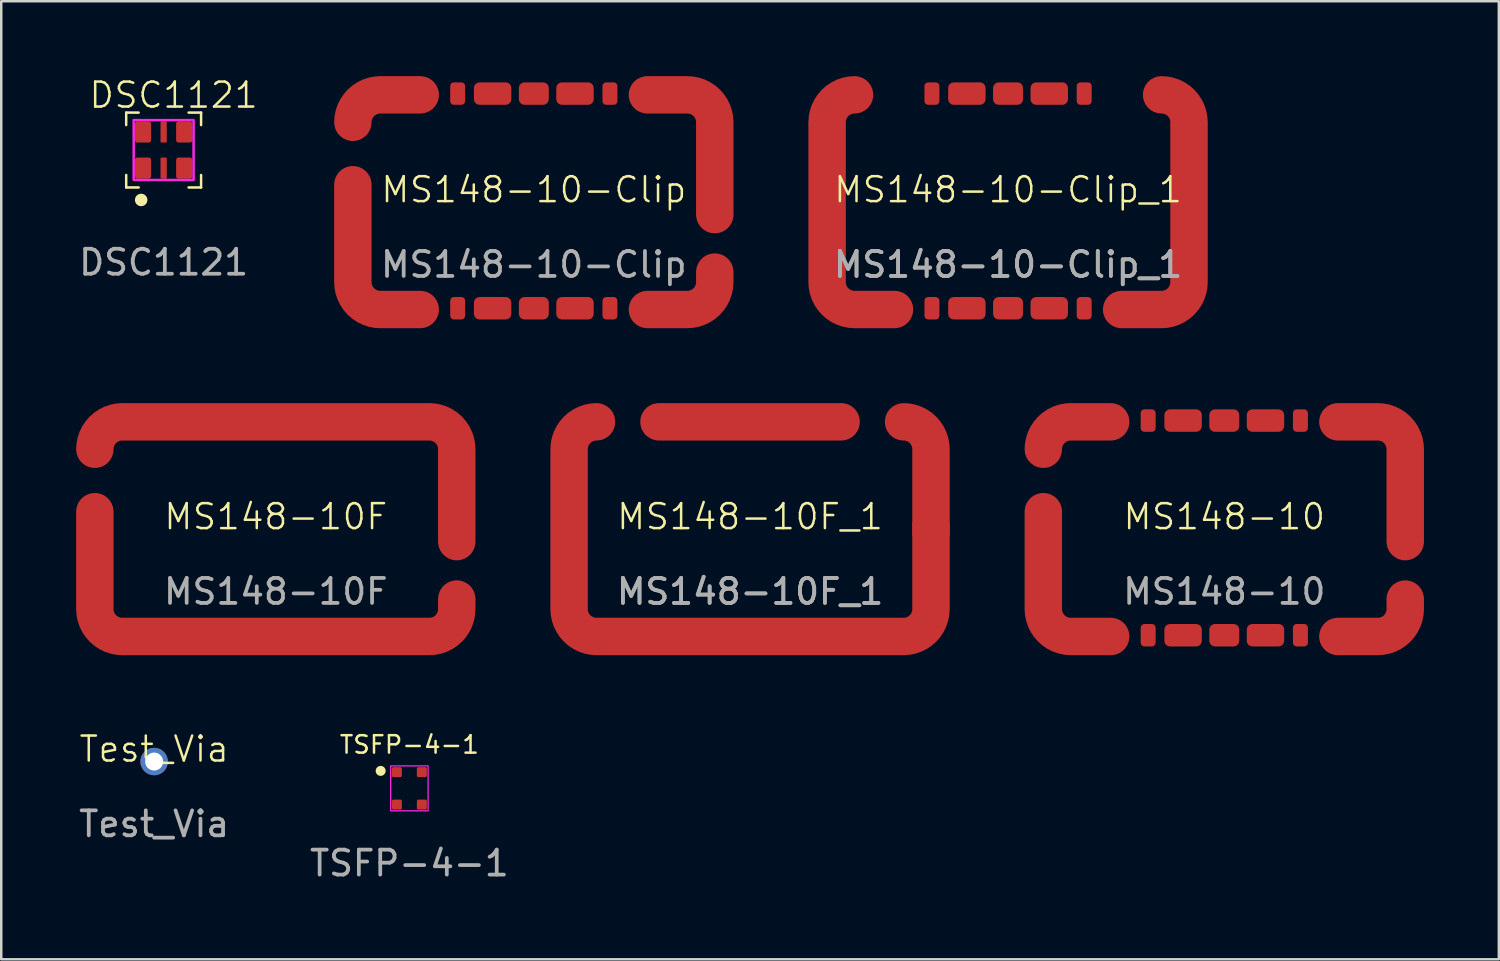
<source format=kicad_pcb>
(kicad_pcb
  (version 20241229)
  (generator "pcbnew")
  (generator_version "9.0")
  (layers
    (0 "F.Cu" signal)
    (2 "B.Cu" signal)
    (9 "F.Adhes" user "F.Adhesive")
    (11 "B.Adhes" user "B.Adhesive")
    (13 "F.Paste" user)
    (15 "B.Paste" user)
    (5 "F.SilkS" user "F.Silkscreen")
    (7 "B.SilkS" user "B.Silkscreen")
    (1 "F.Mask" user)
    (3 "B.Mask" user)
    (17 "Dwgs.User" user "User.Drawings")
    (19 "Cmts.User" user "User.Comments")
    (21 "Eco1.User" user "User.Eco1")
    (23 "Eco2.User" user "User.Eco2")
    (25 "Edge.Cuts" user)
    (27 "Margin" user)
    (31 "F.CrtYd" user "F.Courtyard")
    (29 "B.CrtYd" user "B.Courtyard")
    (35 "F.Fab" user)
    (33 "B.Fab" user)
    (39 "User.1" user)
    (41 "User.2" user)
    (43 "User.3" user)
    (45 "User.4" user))
  (footprint "MS148-10"
    (layer "F.Cu")
    (at 46 18.15)
    (property "Reference" "MS148-10" (at 0 -0.5 0) (unlocked yes) (layer "F.SilkS") (effects (font (size 1 1) (thickness 0.1))))
    (attr smd)
    (fp_text user "${REFERENCE}" (at 0 2.5 0) (unlocked yes) (layer "F.Fab") (effects (font (size 1 1) (thickness 0.15))))
    (pad "1" smd custom (at -7.25 -0.7) (size 0.6 0.6) (layers "F.Cu" "F.Mask") (options (anchor circle)) (primitives (gr_line (start 0 0) (end 0 3.9) (width 1.5)) (gr_arc (start 1.1 5) (mid 0.322183 4.677817) (end 0 3.9) (width 1.5)) (gr_line (start 1.1 5) (end 2.7 5) (width 1.5))))
    (pad "1" smd custom (at -7.1 -3.7) (size 0.6 0.6) (layers "F.Cu" "F.Mask") (options (anchor circle)) (primitives (gr_poly (pts (xy -0.3 -0.3) (xy -0.289 -0.357) (xy -0.256 -0.406) (xy -0.207 -0.439) (xy -0.15 -0.45) (xy 0.15 -0.45) (xy 0.207 -0.439) (xy 0.256 -0.406) (xy 0.289 -0.357) (xy 0.3 -0.3) (xy 0.3 0.3) (xy 0.289 0.357) (xy 0.256 0.406) (xy 0.207 0.439) (xy 0.15 0.45) (xy -0.15 0.45) (xy -0.207 0.439) (xy -0.256 0.406) (xy -0.289 0.357) (xy -0.3 0.3)) (width 0) (fill yes)) (gr_arc (start -0.15 0.5) (mid 0.172183 -0.277817) (end 0.95 -0.6) (width 1.5)) (gr_line (start 2.55 -0.6) (end 0.95 -0.6) (width 1.5))))
    (pad "1" smd roundrect (at -3.05 -4.35) (size 0.6 0.9) (layers "F.Cu" "F.Mask" "F.Paste") (roundrect_rratio 0.25))
    (pad "1" smd roundrect (at -3.05 4.25) (size 0.6 0.9) (layers "F.Cu" "F.Mask" "F.Paste") (roundrect_rratio 0.25))
    (pad "1" smd roundrect (at -1.65 -4.35) (size 1.5 0.9) (layers "F.Cu" "F.Mask" "F.Paste") (roundrect_rratio 0.25))
    (pad "1" smd roundrect (at -1.65 4.25) (size 1.5 0.9) (layers "F.Cu" "F.Mask" "F.Paste") (roundrect_rratio 0.25))
    (pad "1" smd roundrect (at 0 -4.35) (size 1.2 0.9) (layers "F.Cu" "F.Mask" "F.Paste") (roundrect_rratio 0.25))
    (pad "1" smd roundrect (at 0 4.25) (size 1.2 0.9) (layers "F.Cu" "F.Mask" "F.Paste") (roundrect_rratio 0.25))
    (pad "1" smd roundrect (at 1.65 -4.35) (size 1.5 0.9) (layers "F.Cu" "F.Mask" "F.Paste") (roundrect_rratio 0.25))
    (pad "1" smd roundrect (at 1.65 4.25) (size 1.5 0.9) (layers "F.Cu" "F.Mask" "F.Paste") (roundrect_rratio 0.25))
    (pad "1" smd roundrect (at 3.05 -4.35) (size 0.6 0.9) (layers "F.Cu" "F.Mask" "F.Paste") (roundrect_rratio 0.25))
    (pad "1" smd roundrect (at 3.05 4.25) (size 0.6 0.9) (layers "F.Cu" "F.Mask" "F.Paste") (roundrect_rratio 0.25))
    (pad "1" smd custom (at 5.35 4.3 90) (size 0.5 1.7) (layers "F.Cu" "F.Mask") (options (anchor rect)) (primitives (gr_line (start 0 -0.8) (end 0 0.8) (width 1.5)) (gr_arc (start 1.1 1.9) (mid 0.322183 1.577817) (end 0 0.8) (width 1.5)) (gr_line (start 1.1 1.9) (end 1.5 1.9) (width 1.5))))
    (pad "1" smd custom (at 7.25 0) (size 1.5 0.55) (layers "F.Cu" "F.Mask") (options (anchor rect)) (primitives (gr_line (start 0 0.5) (end 0 -3.2) (width 1.5)) (gr_arc (start -1.1 -4.3) (mid -0.322183 -3.977817) (end 0 -3.2) (width 1.5)) (gr_line (start -1.1 -4.3) (end -2.7 -4.3) (width 1.5)))))
  (footprint "DSC1121"
    (layer "F.Cu")
    (at 3.506 2.961)
    (property "Reference" "DSC1121" (at 0.4 -2.2 0) (unlocked yes) (layer "F.SilkS") (effects (font (size 1 1) (thickness 0.1))))
    (attr smd)
    (fp_line (start -1.5 -1.5) (end -1.5 -1) (stroke (width 0.1) (type default)) (layer "F.SilkS"))
    (fp_line (start -1.5 1.5) (end -1.5 1) (stroke (width 0.1) (type default)) (layer "F.SilkS"))
    (fp_line (start -1 -1.5) (end -1.5 -1.5) (stroke (width 0.1) (type default)) (layer "F.SilkS"))
    (fp_line (start -1 1.5) (end -1.5 1.5) (stroke (width 0.1) (type default)) (layer "F.SilkS"))
    (fp_line (start 1 -1.5) (end 1.5 -1.5) (stroke (width 0.1) (type default)) (layer "F.SilkS"))
    (fp_line (start 1 1.5) (end 1.5 1.5) (stroke (width 0.1) (type default)) (layer "F.SilkS"))
    (fp_line (start 1.5 -1.5) (end 1.5 -1) (stroke (width 0.1) (type default)) (layer "F.SilkS"))
    (fp_line (start 1.5 1.5) (end 1.5 1) (stroke (width 0.1) (type default)) (layer "F.SilkS"))
    (fp_circle (center -0.9 2) (end -0.65 2) (stroke (width 0) (type solid)) (fill yes) (layer "F.SilkS"))
    (fp_rect (start -1.2 -1.2) (end 1.2 1.2) (stroke (width 0.1) (type default)) (fill no) (layer "F.CrtYd"))
    (fp_text user "${REFERENCE}" (at 0 4.5 0) (unlocked yes) (layer "F.Fab") (effects (font (size 1 1) (thickness 0.15))))
    (pad "1" smd roundrect (at -0.825 0.725) (size 0.65 0.85) (layers "F.Cu" "F.Mask" "F.Paste") (roundrect_rratio 0.15))
    (pad "2" smd roundrect (at 0 0.725) (size 0.25 0.85) (layers "F.Cu" "F.Mask" "F.Paste") (roundrect_rratio 0.15))
    (pad "3" smd roundrect (at 0.825 0.725) (size 0.65 0.85) (layers "F.Cu" "F.Mask" "F.Paste") (roundrect_rratio 0.15))
    (pad "4" smd roundrect (at 0.825 -0.725) (size 0.65 0.85) (layers "F.Cu" "F.Mask" "F.Paste") (roundrect_rratio 0.15))
    (pad "5" smd roundrect (at 0 -0.725) (size 0.25 0.85) (layers "F.Cu" "F.Mask" "F.Paste") (roundrect_rratio 0.15))
    (pad "6" smd roundrect (at -0.825 -0.725) (size 0.65 0.85) (layers "F.Cu" "F.Mask" "F.Paste") (roundrect_rratio 0.15)))
  (footprint "MS148-10F_1"
    (layer "F.Cu")
    (at 27 18.15)
    (property "Reference" "MS148-10F_1" (at 0 -0.5 0) (unlocked yes) (layer "F.SilkS") (effects (font (size 1 1) (thickness 0.1))))
    (attr smd)
    (fp_text user "${REFERENCE}" (at 0 2.5 0) (unlocked yes) (layer "F.Fab") (effects (font (size 1 1) (thickness 0.15))))
    (fp_text user "${REFERENCE}" (at 0 2.5 0) (unlocked yes) (layer "F.Fab") (effects (font (size 1 1) (thickness 0.15))))
    (pad "1" smd custom (at -7.25 -0.7) (size 0.6 0.6) (layers "F.Cu" "F.Mask" "F.Paste") (options (anchor circle)) (primitives (gr_line (start 0 -2.5) (end 0 3.9) (width 1.5)) (gr_arc (start 0 -2.5) (mid 0.322183 -3.277817) (end 1.1 -3.6) (width 1.5)) (gr_arc (start 1.1 5) (mid 0.322183 4.677817) (end 0 3.9) (width 1.5)) (gr_line (start 1.1 5) (end 13.4 5) (width 1.5)) (gr_arc (start 14.5 3.9) (mid 14.177817 4.677817) (end 13.4 5) (width 1.5)) (gr_line (start 14.5 -2.5) (end 14.5 3.9) (width 1.5)) (gr_arc (start 13.4 -3.6) (mid 14.177817 -3.277817) (end 14.5 -2.5) (width 1.5))))
    (pad "1" smd custom (at -0.05 -4.3) (size 1 1) (layers "F.Cu" "F.Mask" "F.Paste") (options (anchor circle)) (primitives (gr_poly (pts (xy -1 -0.25) (xy -0.981 -0.346) (xy -0.927 -0.427) (xy -0.846 -0.481) (xy -0.75 -0.5) (xy 0.75 -0.5) (xy 0.846 -0.481) (xy 0.927 -0.427) (xy 0.981 -0.346) (xy 1 -0.25) (xy 1 0.25) (xy 0.981 0.346) (xy 0.927 0.427) (xy 0.846 0.481) (xy 0.75 0.5) (xy -0.75 0.5) (xy -0.846 0.481) (xy -0.927 0.427) (xy -0.981 0.346) (xy -1 0.25)) (width 0) (fill yes)) (gr_line (start 3.7 0) (end -3.6 0) (width 1.5))))
    (pad "1" smd circle (at 7.25 -0.7) (size 0.6 0.6) (layers "F.Cu" "F.Mask"))
    (pad "1" smd rect (at 7.25 0) (size 1.5 0.55) (layers "F.Cu" "F.Mask")))
  (footprint "TSFP-4-1"
    (layer "F.Cu")
    (at 13.351 28.535)
    (property "Reference" "TSFP-4-1" (at 0 -1.75 0) (unlocked yes) (layer "F.SilkS") (effects (font (size 0.7 0.7) (thickness 0.1))))
    (attr smd)
    (fp_circle (center -1.15 -0.7) (end -0.95 -0.7) (stroke (width 0) (type solid)) (fill yes) (layer "F.SilkS"))
    (fp_rect (start -0.75 -0.9) (end 0.75 0.9) (stroke (width 0.05) (type default)) (fill no) (layer "F.CrtYd"))
    (fp_text user "${REFERENCE}" (at 0 3 0) (unlocked yes) (layer "F.Fab") (effects (font (size 1 1) (thickness 0.15))))
    (pad "1" smd roundrect (at -0.5 -0.65) (size 0.4 0.4) (layers "F.Cu" "F.Mask" "F.Paste") (roundrect_rratio 0.15))
    (pad "2" smd roundrect (at -0.5 0.65) (size 0.4 0.4) (layers "F.Cu" "F.Mask" "F.Paste") (roundrect_rratio 0.15))
    (pad "3" smd roundrect (at 0.5 0.65) (size 0.4 0.4) (layers "F.Cu" "F.Mask" "F.Paste") (roundrect_rratio 0.15))
    (pad "4" smd roundrect (at 0.5 -0.65) (size 0.4 0.4) (layers "F.Cu" "F.Mask" "F.Paste") (roundrect_rratio 0.15)))
  (footprint "Test_Via"
    (layer "F.Cu")
    (at 3.125 27.461)
    (property "Reference" "Test_Via" (at 0 -0.5 0) (unlocked yes) (layer "F.SilkS") (effects (font (size 1 1) (thickness 0.1))))
    (attr through_hole)
    (fp_text user "${REFERENCE}" (at 0 2.5 0) (unlocked yes) (layer "F.Fab") (effects (font (size 1 1) (thickness 0.15))))
    (pad "1" thru_hole circle (at 0 0) (size 1.1 1.1) (drill 0.72) (layers "*.Cu" "*.Mask")))
  (footprint "MS148-10F"
    (layer "F.Cu")
    (at 8 18.15)
    (property "Reference" "MS148-10F" (at 0 -0.5 0) (unlocked yes) (layer "F.SilkS") (effects (font (size 1 1) (thickness 0.1))))
    (attr smd)
    (fp_line (start -7.25 -3.25) (end -7.25 -3.25) (stroke (width 0.9) (type default)) (layer "F.Paste"))
    (fp_line (start -7.25 0.5) (end -7.25 -0.5) (stroke (width 0.9) (type default)) (layer "F.Paste"))
    (fp_line (start -7.25 3) (end -7.25 2) (stroke (width 0.9) (type default)) (layer "F.Paste"))
    (fp_line (start -5.25 -4.25) (end -6.25 -4.25) (stroke (width 0.9) (type default)) (layer "F.Paste"))
    (fp_line (start -5.25 4.25) (end -6.25 4.25) (stroke (width 0.9) (type default)) (layer "F.Paste"))
    (fp_line (start -3 -4.25) (end -4 -4.25) (stroke (width 0.9) (type default)) (layer "F.Paste"))
    (fp_line (start -3 4.25) (end -4 4.25) (stroke (width 0.9) (type default)) (layer "F.Paste"))
    (fp_line (start -0.75 -4.25) (end -1.75 -4.25) (stroke (width 0.9) (type default)) (layer "F.Paste"))
    (fp_line (start -0.75 4.25) (end -1.75 4.25) (stroke (width 0.9) (type default)) (layer "F.Paste"))
    (fp_line (start 1.5 -4.25) (end 0.5 -4.25) (stroke (width 0.9) (type default)) (layer "F.Paste"))
    (fp_line (start 1.5 4.25) (end 0.5 4.25) (stroke (width 0.9) (type default)) (layer "F.Paste"))
    (fp_line (start 3.75 -4.25) (end 2.75 -4.25) (stroke (width 0.9) (type default)) (layer "F.Paste"))
    (fp_line (start 3.75 4.25) (end 2.75 4.25) (stroke (width 0.9) (type default)) (layer "F.Paste"))
    (fp_line (start 6 -4.25) (end 5 -4.25) (stroke (width 0.9) (type default)) (layer "F.Paste"))
    (fp_line (start 6 4.25) (end 5 4.25) (stroke (width 0.9) (type default)) (layer "F.Paste"))
    (fp_line (start 7.25 -2) (end 7.25 -3) (stroke (width 0.9) (type default)) (layer "F.Paste"))
    (fp_line (start 7.25 0.5) (end 7.25 -0.5) (stroke (width 0.9) (type default)) (layer "F.Paste"))
    (fp_line (start 7.25 3) (end 7.25 3) (stroke (width 0.9) (type default)) (layer "F.Paste"))
    (fp_text user "${REFERENCE}" (at 0 2.5 0) (unlocked yes) (layer "F.Fab") (effects (font (size 1 1) (thickness 0.15))))
    (pad "1" smd custom (at -7.25 -0.7) (size 0.6 0.6) (layers "F.Cu" "F.Mask") (options (anchor circle)) (primitives (gr_line (start 0 0) (end 0 3.9) (width 1.5)) (gr_arc (start 1.1 5) (mid 0.322183 4.677817) (end 0 3.9) (width 1.5)) (gr_line (start 1.1 5) (end 13.4 5) (width 1.5)) (gr_arc (start 14.5 3.9) (mid 14.177817 4.677817) (end 13.4 5) (width 1.5)) (gr_line (start 14.5 3.5) (end 14.5 3.9) (width 1.5))))
    (pad "1" smd custom (at 7.25 0) (size 1.5 0.55) (layers "F.Cu" "F.Mask") (options (anchor rect)) (primitives (gr_line (start 0 0.5) (end 0 -3.2) (width 1.5)) (gr_arc (start -1.1 -4.3) (mid -0.322183 -3.977817) (end 0 -3.2) (width 1.5)) (gr_line (start -1.1 -4.3) (end -13.4 -4.3) (width 1.5)) (gr_arc (start -14.5 -3.2) (mid -14.177817 -3.977817) (end -13.4 -4.3) (width 1.5)))))
  (footprint "MS148-10-Clip"
    (layer "F.Cu")
    (at 18.337 5.05)
    (property "Reference" "MS148-10-Clip" (at 0 -0.5 0) (unlocked yes) (layer "F.SilkS") (effects (font (size 1 1) (thickness 0.1))))
    (attr smd)
    (fp_text user "${REFERENCE}" (at 0 2.5 0) (unlocked yes) (layer "F.Fab") (effects (font (size 1 1) (thickness 0.15))))
    (pad "1" smd custom (at -7.25 -0.7) (size 0.6 0.6) (layers "F.Cu" "F.Mask") (options (anchor circle)) (primitives (gr_line (start 0 0) (end 0 3.9) (width 1.5)) (gr_arc (start 1.1 5) (mid 0.322183 4.677817) (end 0 3.9) (width 1.5)) (gr_line (start 1.1 5) (end 2.7 5) (width 1.5))))
    (pad "1" smd custom (at -7.1 -3.7) (size 0.6 0.6) (layers "F.Cu" "F.Mask") (options (anchor circle)) (primitives (gr_poly (pts (xy -0.3 -0.3) (xy -0.289 -0.357) (xy -0.256 -0.406) (xy -0.207 -0.439) (xy -0.15 -0.45) (xy 0.15 -0.45) (xy 0.207 -0.439) (xy 0.256 -0.406) (xy 0.289 -0.357) (xy 0.3 -0.3) (xy 0.3 0.3) (xy 0.289 0.357) (xy 0.256 0.406) (xy 0.207 0.439) (xy 0.15 0.45) (xy -0.15 0.45) (xy -0.207 0.439) (xy -0.256 0.406) (xy -0.289 0.357) (xy -0.3 0.3)) (width 0) (fill yes)) (gr_arc (start -0.15 0.5) (mid 0.172183 -0.277817) (end 0.95 -0.6) (width 1.5)) (gr_line (start 2.55 -0.6) (end 0.95 -0.6) (width 1.5))))
    (pad "1" smd roundrect (at -3.05 -4.35) (size 0.6 0.9) (layers "F.Cu" "F.Mask" "F.Paste") (roundrect_rratio 0.25))
    (pad "1" smd roundrect (at -3.05 4.25) (size 0.6 0.9) (layers "F.Cu" "F.Mask" "F.Paste") (roundrect_rratio 0.25))
    (pad "1" smd roundrect (at -1.65 -4.35) (size 1.5 0.9) (layers "F.Cu" "F.Mask" "F.Paste") (roundrect_rratio 0.25))
    (pad "1" smd roundrect (at -1.65 4.25) (size 1.5 0.9) (layers "F.Cu" "F.Mask" "F.Paste") (roundrect_rratio 0.25))
    (pad "1" smd roundrect (at 0 -4.35) (size 1.2 0.9) (layers "F.Cu" "F.Mask" "F.Paste") (roundrect_rratio 0.25))
    (pad "1" smd roundrect (at 0 4.25) (size 1.2 0.9) (layers "F.Cu" "F.Mask" "F.Paste") (roundrect_rratio 0.25))
    (pad "1" smd roundrect (at 1.65 -4.35) (size 1.5 0.9) (layers "F.Cu" "F.Mask" "F.Paste") (roundrect_rratio 0.25))
    (pad "1" smd roundrect (at 1.65 4.25) (size 1.5 0.9) (layers "F.Cu" "F.Mask" "F.Paste") (roundrect_rratio 0.25))
    (pad "1" smd roundrect (at 3.05 -4.35) (size 0.6 0.9) (layers "F.Cu" "F.Mask" "F.Paste") (roundrect_rratio 0.25))
    (pad "1" smd roundrect (at 3.05 4.25) (size 0.6 0.9) (layers "F.Cu" "F.Mask" "F.Paste") (roundrect_rratio 0.25))
    (pad "1" smd custom (at 5.35 4.3 90) (size 0.5 1.7) (layers "F.Cu" "F.Mask") (options (anchor rect)) (primitives (gr_line (start 0 -0.8) (end 0 0.8) (width 1.5)) (gr_arc (start 1.1 1.9) (mid 0.322183 1.577817) (end 0 0.8) (width 1.5)) (gr_line (start 1.1 1.9) (end 1.5 1.9) (width 1.5))))
    (pad "1" smd custom (at 7.25 0) (size 1.5 0.55) (layers "F.Cu" "F.Mask") (options (anchor rect)) (primitives (gr_line (start 0 0.5) (end 0 -3.2) (width 1.5)) (gr_arc (start -1.1 -4.3) (mid -0.322183 -3.977817) (end 0 -3.2) (width 1.5)) (gr_line (start -1.1 -4.3) (end -2.7 -4.3) (width 1.5)))))
  (footprint "MS148-10-Clip_1"
    (layer "F.Cu")
    (at 37.337 5.05)
    (property "Reference" "MS148-10-Clip_1" (at 0 -0.5 0) (unlocked yes) (layer "F.SilkS") (effects (font (size 1 1) (thickness 0.1))))
    (attr smd)
    (fp_text user "${REFERENCE}" (at 0 2.5 0) (unlocked yes) (layer "F.Fab") (effects (font (size 1 1) (thickness 0.15))))
    (fp_text user "${REFERENCE}" (at 0 2.5 0) (unlocked yes) (layer "F.Fab") (effects (font (size 1 1) (thickness 0.15))))
    (pad "1" smd custom (at -7.25 -0.7) (size 0.6 0.6) (layers "F.Cu" "F.Mask") (options (anchor circle)) (primitives (gr_line (start 0 -2.5) (end 0 3.9) (width 1.5)) (gr_arc (start 1.1 5) (mid 0.322183 4.677817) (end 0 3.9) (width 1.5)) (gr_line (start 1.1 5) (end 2.7 5) (width 1.5)) (gr_arc (start 0 -2.5) (mid 0.322183 -3.277817) (end 1.1 -3.6) (width 1.5))))
    (pad "1" smd roundrect (at -3.05 -4.35) (size 0.6 0.9) (layers "F.Cu" "F.Mask" "F.Paste") (roundrect_rratio 0.25))
    (pad "1" smd roundrect (at -3.05 4.25) (size 0.6 0.9) (layers "F.Cu" "F.Mask" "F.Paste") (roundrect_rratio 0.25))
    (pad "1" smd roundrect (at -1.65 -4.35) (size 1.5 0.9) (layers "F.Cu" "F.Mask" "F.Paste") (roundrect_rratio 0.25))
    (pad "1" smd roundrect (at -1.65 4.25) (size 1.5 0.9) (layers "F.Cu" "F.Mask" "F.Paste") (roundrect_rratio 0.25))
    (pad "1" smd roundrect (at 0 -4.35) (size 1.2 0.9) (layers "F.Cu" "F.Mask" "F.Paste") (roundrect_rratio 0.25))
    (pad "1" smd roundrect (at 0 4.25) (size 1.2 0.9) (layers "F.Cu" "F.Mask" "F.Paste") (roundrect_rratio 0.25))
    (pad "1" smd roundrect (at 1.65 -4.35) (size 1.5 0.9) (layers "F.Cu" "F.Mask" "F.Paste") (roundrect_rratio 0.25))
    (pad "1" smd roundrect (at 1.65 4.25) (size 1.5 0.9) (layers "F.Cu" "F.Mask" "F.Paste") (roundrect_rratio 0.25))
    (pad "1" smd roundrect (at 3.05 -4.35) (size 0.6 0.9) (layers "F.Cu" "F.Mask" "F.Paste") (roundrect_rratio 0.25))
    (pad "1" smd roundrect (at 3.05 4.25) (size 0.6 0.9) (layers "F.Cu" "F.Mask" "F.Paste") (roundrect_rratio 0.25))
    (pad "1" smd custom (at 7.25 0) (size 1.5 0.55) (layers "F.Cu" "F.Mask") (options (anchor rect)) (primitives (gr_line (start 0 3.2) (end 0 -3.2) (width 1.5)) (gr_arc (start -1.1 -4.3) (mid -0.322183 -3.977817) (end 0 -3.2) (width 1.5)) (gr_arc (start 0 3.2) (mid -0.322183 3.977817) (end -1.1 4.3) (width 1.5)) (gr_line (start -1.1 4.3) (end -2.7 4.3) (width 1.5)))))
  (gr_rect
    (start -3 -3)
    (end 57 35.383)
    (stroke (width 0.1) (type default))
    (fill no)
    (layer "Edge.Cuts")))
</source>
